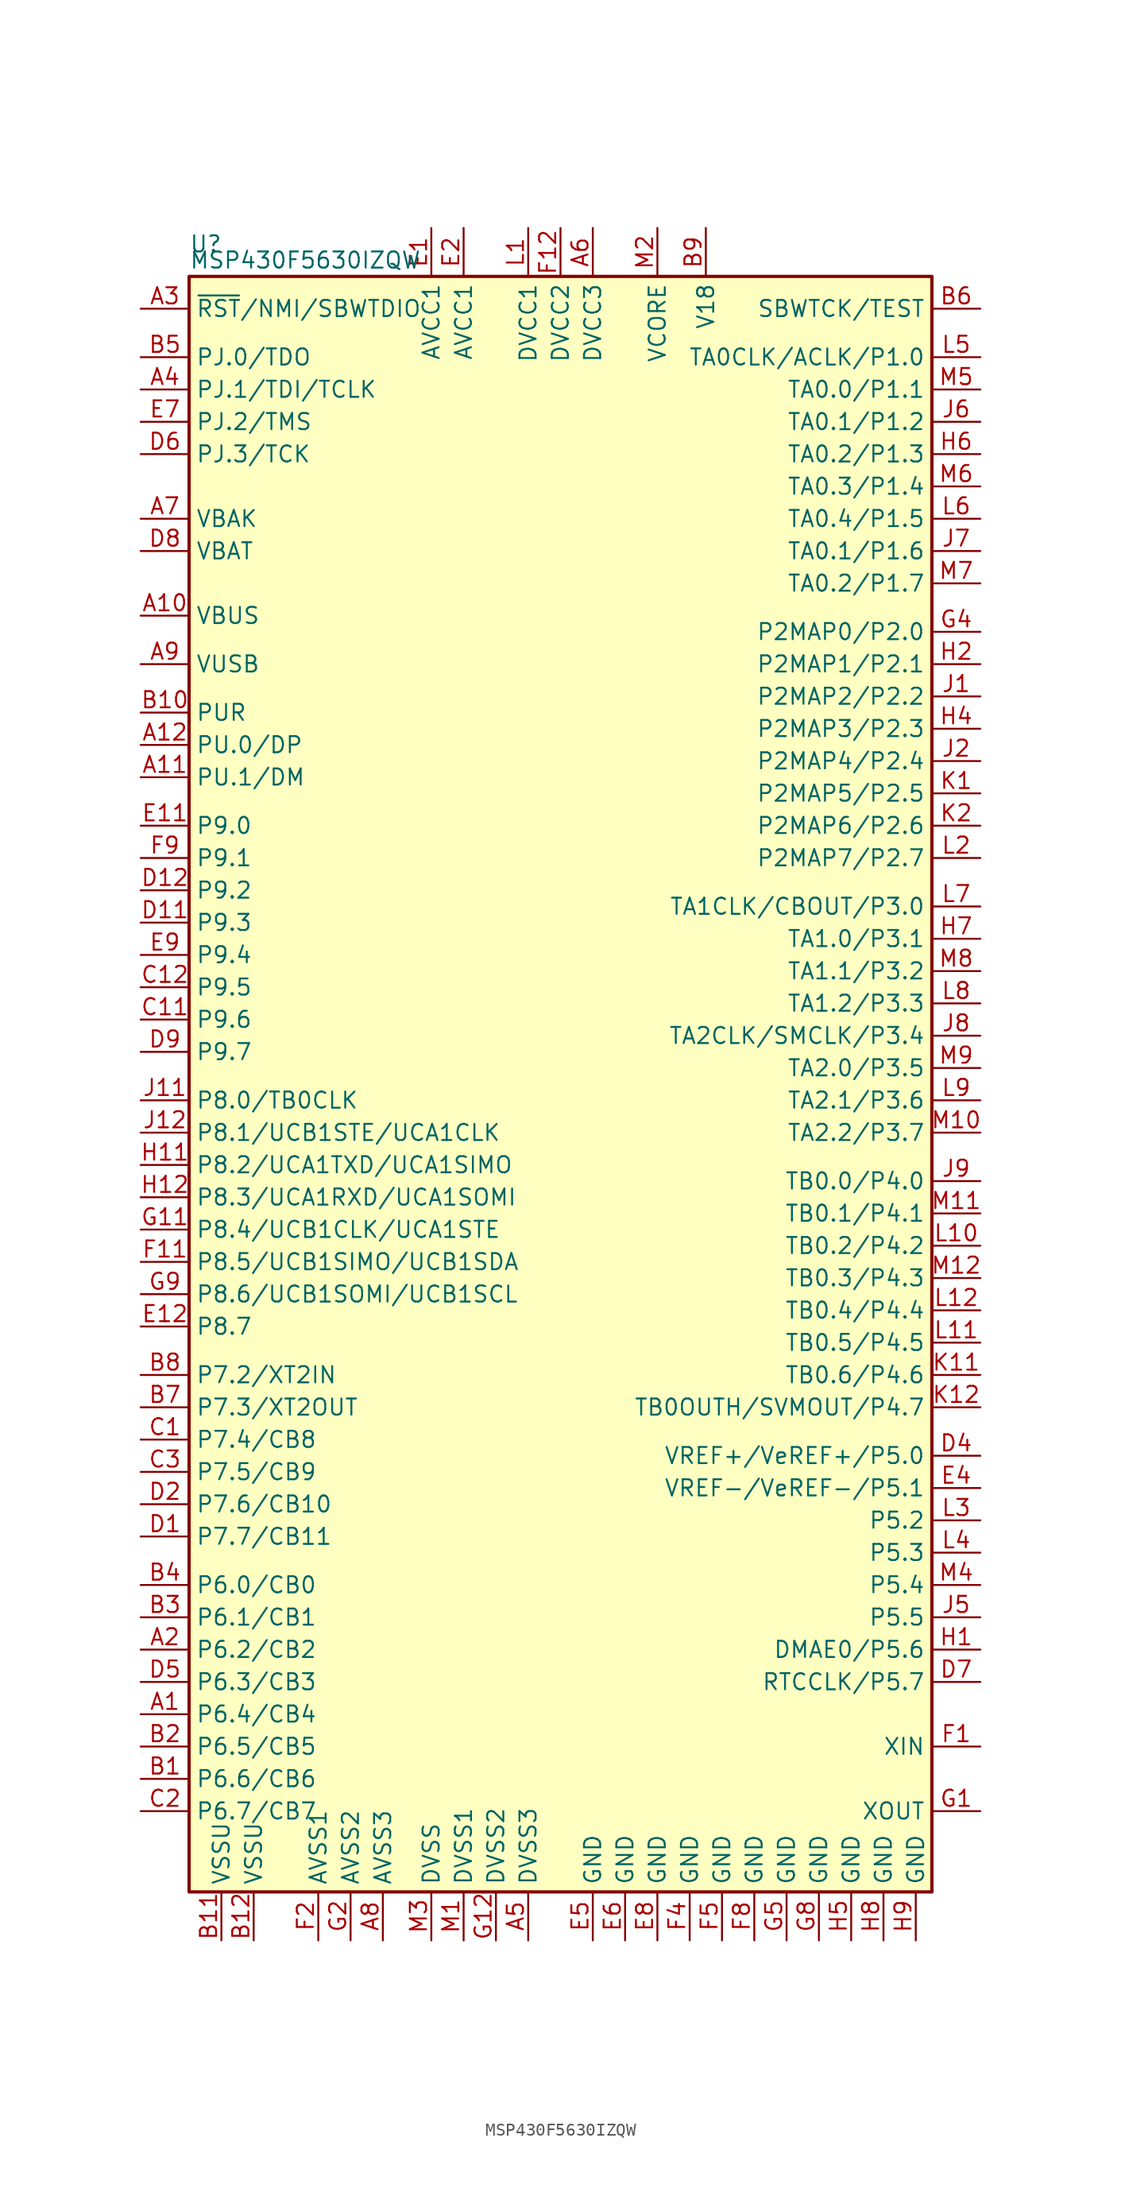
<source format=kicad_sym>
(kicad_symbol_lib
  (version 20241209)
  (generator "kicad_symbol_editor")
  (generator_version "9.0")
  (symbol "MSP430F5630IZQW"
    (property "Reference" "U"
      (at -29.21 66.04 0)
      (effects (font (size 1.27 1.27)) (justify left)))
    (property "Value" "MSP430F5630IZQW"
      (at -29.21 64.77 0)
      (effects (font (size 1.27 1.27)) (justify left)))
    (symbol "MSP430F5630IZQW_0_1"
      (rectangle (start -29.21 63.5) (end 29.21 -63.5) (stroke (width 0.254) (type default)) (fill (type background))))
    (symbol "MSP430F5630IZQW_1_1"
      (pin input line (at -33.02 60.96 0) (length 3.81) (name "~{RST}/NMI/SBWTDIO" (effects (font (size 1.27 1.27)))) (number "A3" (effects (font (size 1.27 1.27)))))
      (pin bidirectional line (at -33.02 57.15 0) (length 3.81) (name "PJ.0/TDO" (effects (font (size 1.27 1.27)))) (number "B5" (effects (font (size 1.27 1.27)))))
      (pin bidirectional line (at -33.02 54.61 0) (length 3.81) (name "PJ.1/TDI/TCLK" (effects (font (size 1.27 1.27)))) (number "A4" (effects (font (size 1.27 1.27)))))
      (pin bidirectional line (at -33.02 52.07 0) (length 3.81) (name "PJ.2/TMS" (effects (font (size 1.27 1.27)))) (number "E7" (effects (font (size 1.27 1.27)))))
      (pin bidirectional line (at -33.02 49.53 0) (length 3.81) (name "PJ.3/TCK" (effects (font (size 1.27 1.27)))) (number "D6" (effects (font (size 1.27 1.27)))))
      (pin bidirectional line (at -33.02 44.45 0) (length 3.81) (name "VBAK" (effects (font (size 1.27 1.27)))) (number "A7" (effects (font (size 1.27 1.27)))))
      (pin bidirectional line (at -33.02 41.91 0) (length 3.81) (name "VBAT" (effects (font (size 1.27 1.27)))) (number "D8" (effects (font (size 1.27 1.27)))))
      (pin bidirectional line (at -33.02 36.83 0) (length 3.81) (name "VBUS" (effects (font (size 1.27 1.27)))) (number "A10" (effects (font (size 1.27 1.27)))))
      (pin bidirectional line (at -33.02 33.02 0) (length 3.81) (name "VUSB" (effects (font (size 1.27 1.27)))) (number "A9" (effects (font (size 1.27 1.27)))))
      (pin bidirectional line (at -33.02 29.21 0) (length 3.81) (name "PUR" (effects (font (size 1.27 1.27)))) (number "B10" (effects (font (size 1.27 1.27)))))
      (pin bidirectional line (at -33.02 26.67 0) (length 3.81) (name "PU.0/DP" (effects (font (size 1.27 1.27)))) (number "A12" (effects (font (size 1.27 1.27)))))
      (pin bidirectional line (at -33.02 24.13 0) (length 3.81) (name "PU.1/DM" (effects (font (size 1.27 1.27)))) (number "A11" (effects (font (size 1.27 1.27)))))
      (pin bidirectional line (at -33.02 20.32 0) (length 3.81) (name "P9.0" (effects (font (size 1.27 1.27)))) (number "E11" (effects (font (size 1.27 1.27)))))
      (pin bidirectional line (at -33.02 17.78 0) (length 3.81) (name "P9.1" (effects (font (size 1.27 1.27)))) (number "F9" (effects (font (size 1.27 1.27)))))
      (pin bidirectional line (at -33.02 15.24 0) (length 3.81) (name "P9.2" (effects (font (size 1.27 1.27)))) (number "D12" (effects (font (size 1.27 1.27)))))
      (pin bidirectional line (at -33.02 12.7 0) (length 3.81) (name "P9.3" (effects (font (size 1.27 1.27)))) (number "D11" (effects (font (size 1.27 1.27)))))
      (pin bidirectional line (at -33.02 10.16 0) (length 3.81) (name "P9.4" (effects (font (size 1.27 1.27)))) (number "E9" (effects (font (size 1.27 1.27)))))
      (pin bidirectional line (at -33.02 7.62 0) (length 3.81) (name "P9.5" (effects (font (size 1.27 1.27)))) (number "C12" (effects (font (size 1.27 1.27)))))
      (pin bidirectional line (at -33.02 5.08 0) (length 3.81) (name "P9.6" (effects (font (size 1.27 1.27)))) (number "C11" (effects (font (size 1.27 1.27)))))
      (pin bidirectional line (at -33.02 2.54 0) (length 3.81) (name "P9.7" (effects (font (size 1.27 1.27)))) (number "D9" (effects (font (size 1.27 1.27)))))
      (pin bidirectional line (at -33.02 -1.27 0) (length 3.81) (name "P8.0/TB0CLK" (effects (font (size 1.27 1.27)))) (number "J11" (effects (font (size 1.27 1.27)))))
      (pin bidirectional line (at -33.02 -3.81 0) (length 3.81) (name "P8.1/UCB1STE/UCA1CLK" (effects (font (size 1.27 1.27)))) (number "J12" (effects (font (size 1.27 1.27)))))
      (pin bidirectional line (at -33.02 -6.35 0) (length 3.81) (name "P8.2/UCA1TXD/UCA1SIMO" (effects (font (size 1.27 1.27)))) (number "H11" (effects (font (size 1.27 1.27)))))
      (pin bidirectional line (at -33.02 -8.89 0) (length 3.81) (name "P8.3/UCA1RXD/UCA1SOMI" (effects (font (size 1.27 1.27)))) (number "H12" (effects (font (size 1.27 1.27)))))
      (pin bidirectional line (at -33.02 -11.43 0) (length 3.81) (name "P8.4/UCB1CLK/UCA1STE" (effects (font (size 1.27 1.27)))) (number "G11" (effects (font (size 1.27 1.27)))))
      (pin bidirectional line (at -33.02 -13.97 0) (length 3.81) (name "P8.5/UCB1SIMO/UCB1SDA" (effects (font (size 1.27 1.27)))) (number "F11" (effects (font (size 1.27 1.27)))))
      (pin bidirectional line (at -33.02 -16.51 0) (length 3.81) (name "P8.6/UCB1SOMI/UCB1SCL" (effects (font (size 1.27 1.27)))) (number "G9" (effects (font (size 1.27 1.27)))))
      (pin bidirectional line (at -33.02 -19.05 0) (length 3.81) (name "P8.7" (effects (font (size 1.27 1.27)))) (number "E12" (effects (font (size 1.27 1.27)))))
      (pin bidirectional line (at -33.02 -22.86 0) (length 3.81) (name "P7.2/XT2IN" (effects (font (size 1.27 1.27)))) (number "B8" (effects (font (size 1.27 1.27)))))
      (pin bidirectional line (at -33.02 -25.4 0) (length 3.81) (name "P7.3/XT2OUT" (effects (font (size 1.27 1.27)))) (number "B7" (effects (font (size 1.27 1.27)))))
      (pin bidirectional line (at -33.02 -27.94 0) (length 3.81) (name "P7.4/CB8" (effects (font (size 1.27 1.27)))) (number "C1" (effects (font (size 1.27 1.27)))))
      (pin bidirectional line (at -33.02 -30.48 0) (length 3.81) (name "P7.5/CB9" (effects (font (size 1.27 1.27)))) (number "C3" (effects (font (size 1.27 1.27)))))
      (pin bidirectional line (at -33.02 -33.02 0) (length 3.81) (name "P7.6/CB10" (effects (font (size 1.27 1.27)))) (number "D2" (effects (font (size 1.27 1.27)))))
      (pin bidirectional line (at -33.02 -35.56 0) (length 3.81) (name "P7.7/CB11" (effects (font (size 1.27 1.27)))) (number "D1" (effects (font (size 1.27 1.27)))))
      (pin bidirectional line (at -33.02 -39.37 0) (length 3.81) (name "P6.0/CB0" (effects (font (size 1.27 1.27)))) (number "B4" (effects (font (size 1.27 1.27)))))
      (pin bidirectional line (at -33.02 -41.91 0) (length 3.81) (name "P6.1/CB1" (effects (font (size 1.27 1.27)))) (number "B3" (effects (font (size 1.27 1.27)))))
      (pin bidirectional line (at -33.02 -44.45 0) (length 3.81) (name "P6.2/CB2" (effects (font (size 1.27 1.27)))) (number "A2" (effects (font (size 1.27 1.27)))))
      (pin bidirectional line (at -33.02 -46.99 0) (length 3.81) (name "P6.3/CB3" (effects (font (size 1.27 1.27)))) (number "D5" (effects (font (size 1.27 1.27)))))
      (pin bidirectional line (at -33.02 -49.53 0) (length 3.81) (name "P6.4/CB4" (effects (font (size 1.27 1.27)))) (number "A1" (effects (font (size 1.27 1.27)))))
      (pin bidirectional line (at -33.02 -52.07 0) (length 3.81) (name "P6.5/CB5" (effects (font (size 1.27 1.27)))) (number "B2" (effects (font (size 1.27 1.27)))))
      (pin bidirectional line (at -33.02 -54.61 0) (length 3.81) (name "P6.6/CB6" (effects (font (size 1.27 1.27)))) (number "B1" (effects (font (size 1.27 1.27)))))
      (pin bidirectional line (at -33.02 -57.15 0) (length 3.81) (name "P6.7/CB7" (effects (font (size 1.27 1.27)))) (number "C2" (effects (font (size 1.27 1.27)))))
      (pin power_in line (at -26.67 -67.31 90) (length 3.81) (name "VSSU" (effects (font (size 1.27 1.27)))) (number "B11" (effects (font (size 1.27 1.27)))))
      (pin power_in line (at -24.13 -67.31 90) (length 3.81) (name "VSSU" (effects (font (size 1.27 1.27)))) (number "B12" (effects (font (size 1.27 1.27)))))
      (pin power_in line (at -19.05 -67.31 90) (length 3.81) (name "AVSS1" (effects (font (size 1.27 1.27)))) (number "F2" (effects (font (size 1.27 1.27)))))
      (pin power_in line (at -16.51 -67.31 90) (length 3.81) (name "AVSS2" (effects (font (size 1.27 1.27)))) (number "G2" (effects (font (size 1.27 1.27)))))
      (pin power_in line (at -13.97 -67.31 90) (length 3.81) (name "AVSS3" (effects (font (size 1.27 1.27)))) (number "A8" (effects (font (size 1.27 1.27)))))
      (pin power_in line (at -10.16 67.31 270) (length 3.81) (name "AVCC1" (effects (font (size 1.27 1.27)))) (number "E1" (effects (font (size 1.27 1.27)))))
      (pin power_in line (at -10.16 -67.31 90) (length 3.81) (name "DVSS" (effects (font (size 1.27 1.27)))) (number "M3" (effects (font (size 1.27 1.27)))))
      (pin power_in line (at -7.62 67.31 270) (length 3.81) (name "AVCC1" (effects (font (size 1.27 1.27)))) (number "E2" (effects (font (size 1.27 1.27)))))
      (pin power_in line (at -7.62 -67.31 90) (length 3.81) (name "DVSS1" (effects (font (size 1.27 1.27)))) (number "M1" (effects (font (size 1.27 1.27)))))
      (pin power_in line (at -5.08 -67.31 90) (length 3.81) (name "DVSS2" (effects (font (size 1.27 1.27)))) (number "G12" (effects (font (size 1.27 1.27)))))
      (pin power_in line (at -2.54 67.31 270) (length 3.81) (name "DVCC1" (effects (font (size 1.27 1.27)))) (number "L1" (effects (font (size 1.27 1.27)))))
      (pin power_in line (at -2.54 -67.31 90) (length 3.81) (name "DVSS3" (effects (font (size 1.27 1.27)))) (number "A5" (effects (font (size 1.27 1.27)))))
      (pin power_in line (at 0 67.31 270) (length 3.81) (name "DVCC2" (effects (font (size 1.27 1.27)))) (number "F12" (effects (font (size 1.27 1.27)))))
      (pin power_in line (at 2.54 67.31 270) (length 3.81) (name "DVCC3" (effects (font (size 1.27 1.27)))) (number "A6" (effects (font (size 1.27 1.27)))))
      (pin power_in line (at 2.54 -67.31 90) (length 3.81) (name "GND" (effects (font (size 1.27 1.27)))) (number "E5" (effects (font (size 1.27 1.27)))))
      (pin power_in line (at 5.08 -67.31 90) (length 3.81) (name "GND" (effects (font (size 1.27 1.27)))) (number "E6" (effects (font (size 1.27 1.27)))))
      (pin bidirectional line (at 7.62 67.31 270) (length 3.81) (name "VCORE" (effects (font (size 1.27 1.27)))) (number "M2" (effects (font (size 1.27 1.27)))))
      (pin power_in line (at 7.62 -67.31 90) (length 3.81) (name "GND" (effects (font (size 1.27 1.27)))) (number "E8" (effects (font (size 1.27 1.27)))))
      (pin power_in line (at 10.16 -67.31 90) (length 3.81) (name "GND" (effects (font (size 1.27 1.27)))) (number "F4" (effects (font (size 1.27 1.27)))))
      (pin passive line (at 11.43 67.31 270) (length 3.81) (name "V18" (effects (font (size 1.27 1.27)))) (number "B9" (effects (font (size 1.27 1.27)))))
      (pin power_in line (at 12.7 -67.31 90) (length 3.81) (name "GND" (effects (font (size 1.27 1.27)))) (number "F5" (effects (font (size 1.27 1.27)))))
      (pin power_in line (at 15.24 -67.31 90) (length 3.81) (name "GND" (effects (font (size 1.27 1.27)))) (number "F8" (effects (font (size 1.27 1.27)))))
      (pin power_in line (at 17.78 -67.31 90) (length 3.81) (name "GND" (effects (font (size 1.27 1.27)))) (number "G5" (effects (font (size 1.27 1.27)))))
      (pin power_in line (at 20.32 -67.31 90) (length 3.81) (name "GND" (effects (font (size 1.27 1.27)))) (number "G8" (effects (font (size 1.27 1.27)))))
      (pin power_in line (at 22.86 -67.31 90) (length 3.81) (name "GND" (effects (font (size 1.27 1.27)))) (number "H5" (effects (font (size 1.27 1.27)))))
      (pin power_in line (at 25.4 -67.31 90) (length 3.81) (name "GND" (effects (font (size 1.27 1.27)))) (number "H8" (effects (font (size 1.27 1.27)))))
      (pin power_in line (at 27.94 -67.31 90) (length 3.81) (name "GND" (effects (font (size 1.27 1.27)))) (number "H9" (effects (font (size 1.27 1.27)))))
      (pin input line (at 33.02 60.96 180) (length 3.81) (name "SBWTCK/TEST" (effects (font (size 1.27 1.27)))) (number "B6" (effects (font (size 1.27 1.27)))))
      (pin bidirectional line (at 33.02 57.15 180) (length 3.81) (name "TA0CLK/ACLK/P1.0" (effects (font (size 1.27 1.27)))) (number "L5" (effects (font (size 1.27 1.27)))))
      (pin bidirectional line (at 33.02 54.61 180) (length 3.81) (name "TA0.0/P1.1" (effects (font (size 1.27 1.27)))) (number "M5" (effects (font (size 1.27 1.27)))))
      (pin bidirectional line (at 33.02 52.07 180) (length 3.81) (name "TA0.1/P1.2" (effects (font (size 1.27 1.27)))) (number "J6" (effects (font (size 1.27 1.27)))))
      (pin bidirectional line (at 33.02 49.53 180) (length 3.81) (name "TA0.2/P1.3" (effects (font (size 1.27 1.27)))) (number "H6" (effects (font (size 1.27 1.27)))))
      (pin bidirectional line (at 33.02 46.99 180) (length 3.81) (name "TA0.3/P1.4" (effects (font (size 1.27 1.27)))) (number "M6" (effects (font (size 1.27 1.27)))))
      (pin bidirectional line (at 33.02 44.45 180) (length 3.81) (name "TA0.4/P1.5" (effects (font (size 1.27 1.27)))) (number "L6" (effects (font (size 1.27 1.27)))))
      (pin bidirectional line (at 33.02 41.91 180) (length 3.81) (name "TA0.1/P1.6" (effects (font (size 1.27 1.27)))) (number "J7" (effects (font (size 1.27 1.27)))))
      (pin bidirectional line (at 33.02 39.37 180) (length 3.81) (name "TA0.2/P1.7" (effects (font (size 1.27 1.27)))) (number "M7" (effects (font (size 1.27 1.27)))))
      (pin bidirectional line (at 33.02 35.56 180) (length 3.81) (name "P2MAP0/P2.0" (effects (font (size 1.27 1.27)))) (number "G4" (effects (font (size 1.27 1.27)))))
      (pin bidirectional line (at 33.02 33.02 180) (length 3.81) (name "P2MAP1/P2.1" (effects (font (size 1.27 1.27)))) (number "H2" (effects (font (size 1.27 1.27)))))
      (pin bidirectional line (at 33.02 30.48 180) (length 3.81) (name "P2MAP2/P2.2" (effects (font (size 1.27 1.27)))) (number "J1" (effects (font (size 1.27 1.27)))))
      (pin bidirectional line (at 33.02 27.94 180) (length 3.81) (name "P2MAP3/P2.3" (effects (font (size 1.27 1.27)))) (number "H4" (effects (font (size 1.27 1.27)))))
      (pin bidirectional line (at 33.02 25.4 180) (length 3.81) (name "P2MAP4/P2.4" (effects (font (size 1.27 1.27)))) (number "J2" (effects (font (size 1.27 1.27)))))
      (pin bidirectional line (at 33.02 22.86 180) (length 3.81) (name "P2MAP5/P2.5" (effects (font (size 1.27 1.27)))) (number "K1" (effects (font (size 1.27 1.27)))))
      (pin bidirectional line (at 33.02 20.32 180) (length 3.81) (name "P2MAP6/P2.6" (effects (font (size 1.27 1.27)))) (number "K2" (effects (font (size 1.27 1.27)))))
      (pin bidirectional line (at 33.02 17.78 180) (length 3.81) (name "P2MAP7/P2.7" (effects (font (size 1.27 1.27)))) (number "L2" (effects (font (size 1.27 1.27)))))
      (pin bidirectional line (at 33.02 13.97 180) (length 3.81) (name "TA1CLK/CBOUT/P3.0" (effects (font (size 1.27 1.27)))) (number "L7" (effects (font (size 1.27 1.27)))))
      (pin bidirectional line (at 33.02 11.43 180) (length 3.81) (name "TA1.0/P3.1" (effects (font (size 1.27 1.27)))) (number "H7" (effects (font (size 1.27 1.27)))))
      (pin bidirectional line (at 33.02 8.89 180) (length 3.81) (name "TA1.1/P3.2" (effects (font (size 1.27 1.27)))) (number "M8" (effects (font (size 1.27 1.27)))))
      (pin bidirectional line (at 33.02 6.35 180) (length 3.81) (name "TA1.2/P3.3" (effects (font (size 1.27 1.27)))) (number "L8" (effects (font (size 1.27 1.27)))))
      (pin bidirectional line (at 33.02 3.81 180) (length 3.81) (name "TA2CLK/SMCLK/P3.4" (effects (font (size 1.27 1.27)))) (number "J8" (effects (font (size 1.27 1.27)))))
      (pin bidirectional line (at 33.02 1.27 180) (length 3.81) (name "TA2.0/P3.5" (effects (font (size 1.27 1.27)))) (number "M9" (effects (font (size 1.27 1.27)))))
      (pin bidirectional line (at 33.02 -1.27 180) (length 3.81) (name "TA2.1/P3.6" (effects (font (size 1.27 1.27)))) (number "L9" (effects (font (size 1.27 1.27)))))
      (pin bidirectional line (at 33.02 -3.81 180) (length 3.81) (name "TA2.2/P3.7" (effects (font (size 1.27 1.27)))) (number "M10" (effects (font (size 1.27 1.27)))))
      (pin bidirectional line (at 33.02 -7.62 180) (length 3.81) (name "TB0.0/P4.0" (effects (font (size 1.27 1.27)))) (number "J9" (effects (font (size 1.27 1.27)))))
      (pin bidirectional line (at 33.02 -10.16 180) (length 3.81) (name "TB0.1/P4.1" (effects (font (size 1.27 1.27)))) (number "M11" (effects (font (size 1.27 1.27)))))
      (pin bidirectional line (at 33.02 -12.7 180) (length 3.81) (name "TB0.2/P4.2" (effects (font (size 1.27 1.27)))) (number "L10" (effects (font (size 1.27 1.27)))))
      (pin bidirectional line (at 33.02 -15.24 180) (length 3.81) (name "TB0.3/P4.3" (effects (font (size 1.27 1.27)))) (number "M12" (effects (font (size 1.27 1.27)))))
      (pin bidirectional line (at 33.02 -17.78 180) (length 3.81) (name "TB0.4/P4.4" (effects (font (size 1.27 1.27)))) (number "L12" (effects (font (size 1.27 1.27)))))
      (pin bidirectional line (at 33.02 -20.32 180) (length 3.81) (name "TB0.5/P4.5" (effects (font (size 1.27 1.27)))) (number "L11" (effects (font (size 1.27 1.27)))))
      (pin bidirectional line (at 33.02 -22.86 180) (length 3.81) (name "TB0.6/P4.6" (effects (font (size 1.27 1.27)))) (number "K11" (effects (font (size 1.27 1.27)))))
      (pin bidirectional line (at 33.02 -25.4 180) (length 3.81) (name "TB0OUTH/SVMOUT/P4.7" (effects (font (size 1.27 1.27)))) (number "K12" (effects (font (size 1.27 1.27)))))
      (pin bidirectional line (at 33.02 -29.21 180) (length 3.81) (name "VREF+/VeREF+/P5.0" (effects (font (size 1.27 1.27)))) (number "D4" (effects (font (size 1.27 1.27)))))
      (pin bidirectional line (at 33.02 -31.75 180) (length 3.81) (name "VREF-/VeREF-/P5.1" (effects (font (size 1.27 1.27)))) (number "E4" (effects (font (size 1.27 1.27)))))
      (pin bidirectional line (at 33.02 -34.29 180) (length 3.81) (name "P5.2" (effects (font (size 1.27 1.27)))) (number "L3" (effects (font (size 1.27 1.27)))))
      (pin bidirectional line (at 33.02 -36.83 180) (length 3.81) (name "P5.3" (effects (font (size 1.27 1.27)))) (number "L4" (effects (font (size 1.27 1.27)))))
      (pin bidirectional line (at 33.02 -39.37 180) (length 3.81) (name "P5.4" (effects (font (size 1.27 1.27)))) (number "M4" (effects (font (size 1.27 1.27)))))
      (pin bidirectional line (at 33.02 -41.91 180) (length 3.81) (name "P5.5" (effects (font (size 1.27 1.27)))) (number "J5" (effects (font (size 1.27 1.27)))))
      (pin bidirectional line (at 33.02 -44.45 180) (length 3.81) (name "DMAE0/P5.6" (effects (font (size 1.27 1.27)))) (number "H1" (effects (font (size 1.27 1.27)))))
      (pin bidirectional line (at 33.02 -46.99 180) (length 3.81) (name "RTCCLK/P5.7" (effects (font (size 1.27 1.27)))) (number "D7" (effects (font (size 1.27 1.27)))))
      (pin bidirectional line (at 33.02 -52.07 180) (length 3.81) (name "XIN" (effects (font (size 1.27 1.27)))) (number "F1" (effects (font (size 1.27 1.27)))))
      (pin bidirectional line (at 33.02 -57.15 180) (length 3.81) (name "XOUT" (effects (font (size 1.27 1.27)))) (number "G1" (effects (font (size 1.27 1.27))))))))
</source>
